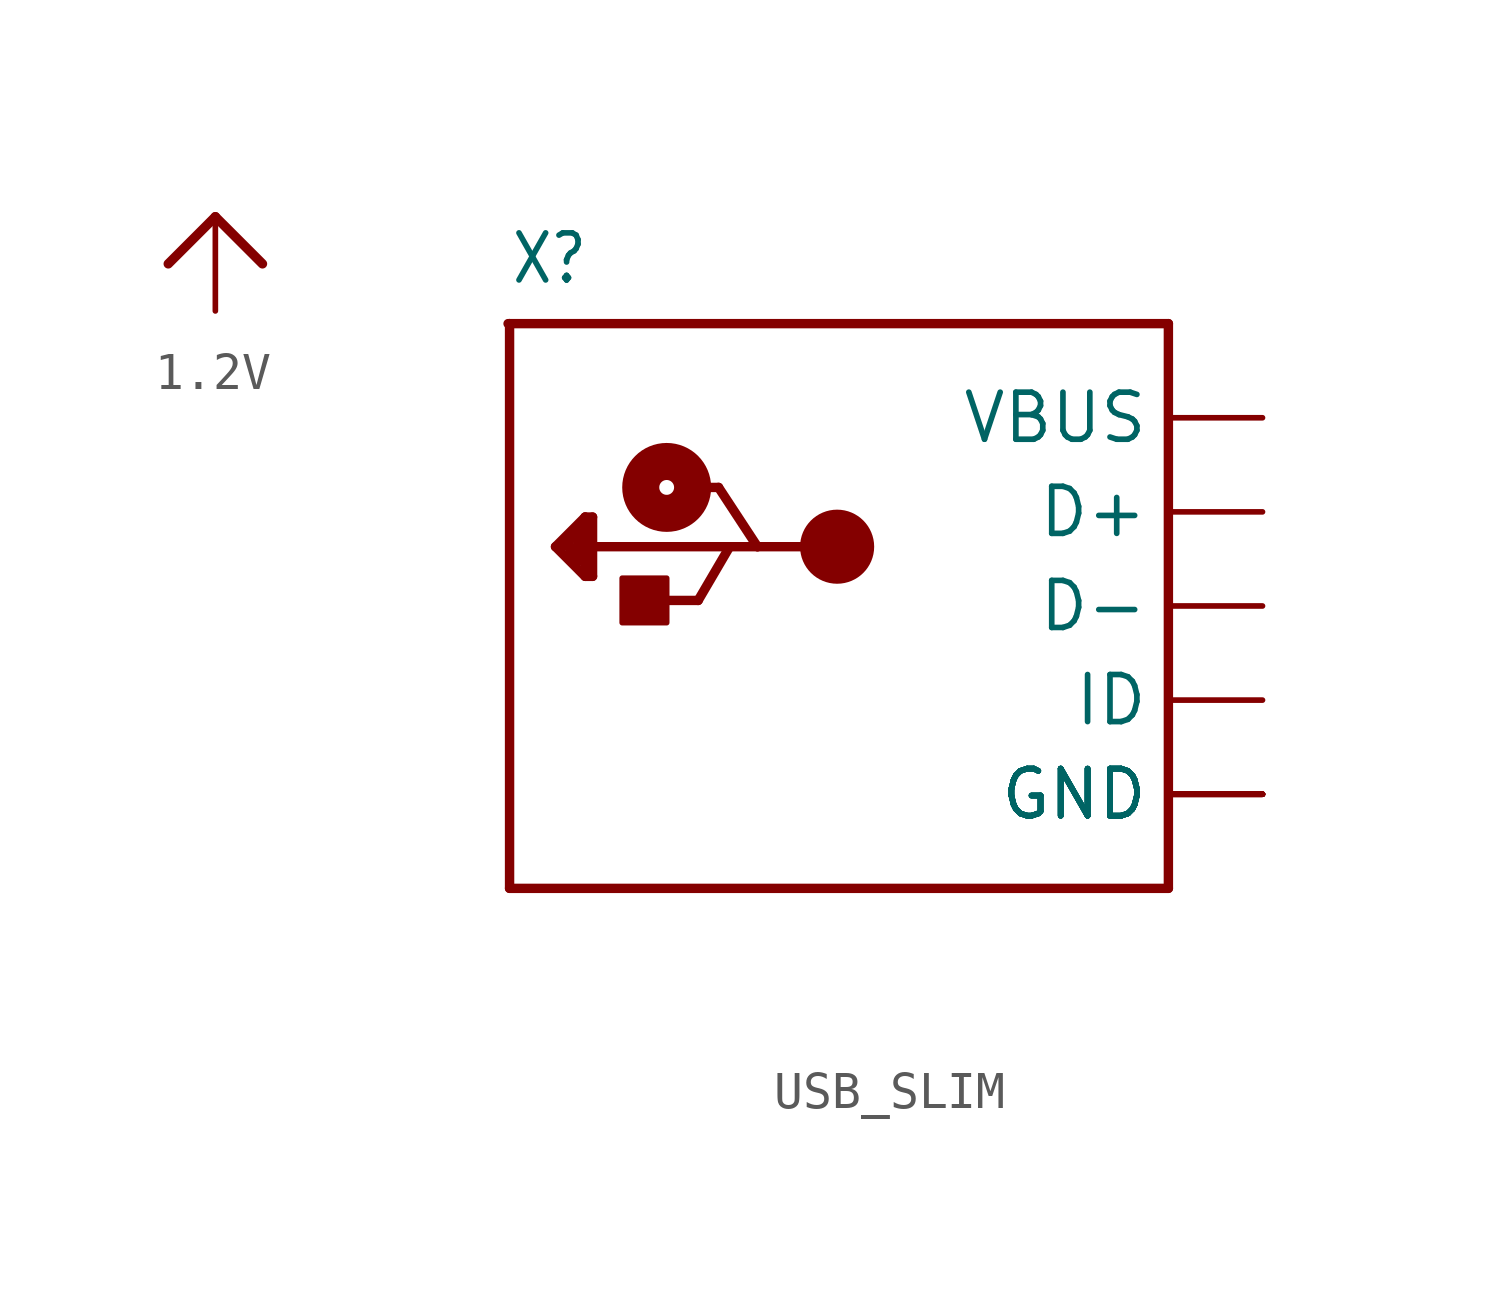
<source format=kicad_sym>
(kicad_symbol_lib
  (version 20231120)
  (generator "kicad_symbol_editor")
  (generator_version "8.0")
  (symbol "1.2V"
    (power)
    (property "Reference" ""
      (at 0 0 0)
      (effects (font (size 1.27 1.27)) (hide yes)))
    (property "Value" ""
      (at -1.524 1.016 0)
      (effects (font (size 1.27 1.079)) (justify left bottom)))
    (property "ki_locked" ""
      (at 0 0 0)
      (effects (font (size 1.27 1.27))))
    (symbol "1.2V_1_0"
      (polyline (pts (xy -1.27 -1.27) (xy 0 0)) (stroke (width 0.254) (type solid)) (fill (type none)))
      (polyline (pts (xy 0 0) (xy 1.27 -1.27)) (stroke (width 0.254) (type solid)) (fill (type none)))
      (pin power_in line (at 0 -2.54 90) (length 2.54) (name "1.2V" (effects (font (size 0 0)))) (number "1" (effects (font (size 0 0)))))))
  (symbol "USB_SLIM"
    (property "Reference" "X"
      (at -10.16 8.636 0)
      (effects (font (size 1.27 1.079)) (justify left bottom)))
    (property "Value" ""
      (at -10.16 -10.16 0)
      (effects (font (size 1.27 1.079)) (justify left bottom)))
    (property "ki_locked" ""
      (at 0 0 0)
      (effects (font (size 1.27 1.27))))
    (symbol "USB_SLIM_1_0"
      (rectangle (start -7.12 -0.45) (end -5.92 0.75) (stroke (width 0) (type default)) (fill (type outline)))
      (circle (center -5.92 3.2) (radius 0.2) (stroke (width 1) (type solid)) (fill (type none)))
      (circle (center -1.32 1.6) (radius 0.5) (stroke (width 1) (type solid)) (fill (type none)))
      (polyline (pts (xy -10.2 7.62) (xy -10.16 7.62)) (stroke (width 0.254) (type solid)) (fill (type none)))
      (polyline (pts (xy -10.16 -7.62) (xy 7.62 -7.62)) (stroke (width 0.254) (type solid)) (fill (type none)))
      (polyline (pts (xy -10.16 7.62) (xy -10.16 -7.62)) (stroke (width 0.254) (type solid)) (fill (type none)))
      (polyline (pts (xy -10.16 7.62) (xy 7.62 7.62)) (stroke (width 0.254) (type solid)) (fill (type none)))
      (polyline (pts (xy -8.92 1.6) (xy -8.12 2.4)) (stroke (width 0.254) (type solid)) (fill (type none)))
      (polyline (pts (xy -8.52 1.4) (xy -8.32 1.2)) (stroke (width 0.254) (type solid)) (fill (type none)))
      (polyline (pts (xy -8.52 1.6) (xy -8.52 1.4)) (stroke (width 0.254) (type solid)) (fill (type none)))
      (polyline (pts (xy -8.32 1.2) (xy -8.32 2)) (stroke (width 0.254) (type solid)) (fill (type none)))
      (polyline (pts (xy -8.32 2) (xy -8.72 1.6)) (stroke (width 0.254) (type solid)) (fill (type none)))
      (polyline (pts (xy -8.12 0.8) (xy -8.92 1.6)) (stroke (width 0.254) (type solid)) (fill (type none)))
      (polyline (pts (xy -8.12 1) (xy -8.12 2.4)) (stroke (width 0.254) (type solid)) (fill (type none)))
      (polyline (pts (xy -8.12 2.4) (xy -7.92 2.4)) (stroke (width 0.254) (type solid)) (fill (type none)))
      (polyline (pts (xy -7.92 0.8) (xy -8.12 0.8)) (stroke (width 0.254) (type solid)) (fill (type none)))
      (polyline (pts (xy -7.92 1.6) (xy -7.92 0.8)) (stroke (width 0.254) (type solid)) (fill (type none)))
      (polyline (pts (xy -7.92 2.4) (xy -7.92 1.6)) (stroke (width 0.254) (type solid)) (fill (type none)))
      (polyline (pts (xy -6.27 0.15) (xy -5.07 0.15)) (stroke (width 0.254) (type solid)) (fill (type none)))
      (polyline (pts (xy -5.52 3.2) (xy -4.52 3.2)) (stroke (width 0.254) (type solid)) (fill (type none)))
      (polyline (pts (xy -5.07 0.15) (xy -4.22 1.6)) (stroke (width 0.254) (type solid)) (fill (type none)))
      (polyline (pts (xy -4.52 3.2) (xy -3.47 1.6)) (stroke (width 0.254) (type solid)) (fill (type none)))
      (polyline (pts (xy -4.22 1.6) (xy -7.92 1.6)) (stroke (width 0.254) (type solid)) (fill (type none)))
      (polyline (pts (xy -3.47 1.6) (xy -4.22 1.6)) (stroke (width 0.254) (type solid)) (fill (type none)))
      (polyline (pts (xy -1.32 1.6) (xy -3.47 1.6)) (stroke (width 0.254) (type solid)) (fill (type none)))
      (polyline (pts (xy 7.62 7.62) (xy 7.62 -7.62)) (stroke (width 0.254) (type solid)) (fill (type none)))
      (pin power_in line (at 10.16 -5.08 180) (length 2.54) (name "GND" (effects (font (size 1.27 1.27)))) (number "BASE@1" (effects (font (size 0 0)))))
      (pin power_in line (at 10.16 -5.08 180) (length 2.54) (name "GND" (effects (font (size 1.27 1.27)))) (number "BASE@2" (effects (font (size 0 0)))))
      (pin bidirectional line (at 10.16 2.54 180) (length 2.54) (name "D+" (effects (font (size 1.27 1.27)))) (number "D+" (effects (font (size 0 0)))))
      (pin bidirectional line (at 10.16 0 180) (length 2.54) (name "D-" (effects (font (size 1.27 1.27)))) (number "D-" (effects (font (size 0 0)))))
      (pin power_in line (at 10.16 -5.08 180) (length 2.54) (name "GND" (effects (font (size 1.27 1.27)))) (number "GND" (effects (font (size 0 0)))))
      (pin bidirectional line (at 10.16 -2.54 180) (length 2.54) (name "ID" (effects (font (size 1.27 1.27)))) (number "ID" (effects (font (size 0 0)))))
      (pin power_in line (at 10.16 -5.08 180) (length 2.54) (name "GND" (effects (font (size 1.27 1.27)))) (number "SPRT@1" (effects (font (size 0 0)))))
      (pin power_in line (at 10.16 -5.08 180) (length 2.54) (name "GND" (effects (font (size 1.27 1.27)))) (number "SPRT@2" (effects (font (size 0 0)))))
      (pin power_in line (at 10.16 -5.08 180) (length 2.54) (name "GND" (effects (font (size 1.27 1.27)))) (number "SPRT@3" (effects (font (size 0 0)))))
      (pin power_in line (at 10.16 -5.08 180) (length 2.54) (name "GND" (effects (font (size 1.27 1.27)))) (number "SPRT@4" (effects (font (size 0 0)))))
      (pin power_in line (at 10.16 5.08 180) (length 2.54) (name "VBUS" (effects (font (size 1.27 1.27)))) (number "VBUS" (effects (font (size 0 0))))))))
</source>
